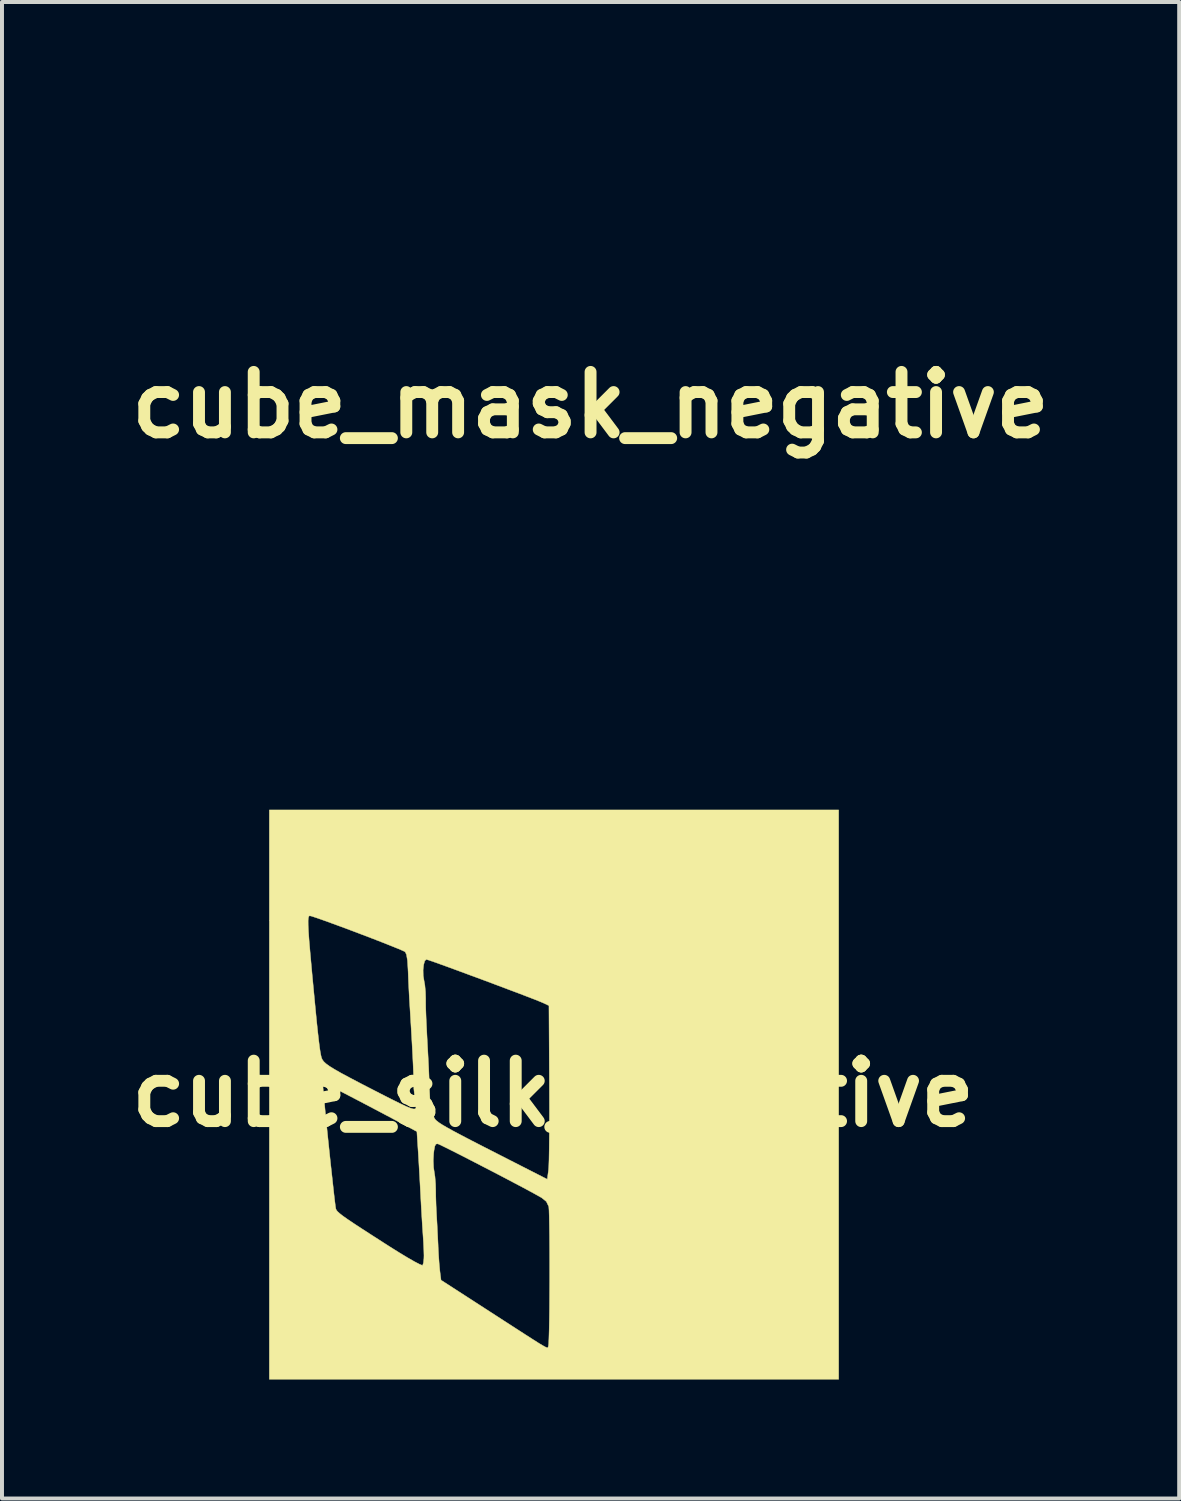
<source format=kicad_pcb>
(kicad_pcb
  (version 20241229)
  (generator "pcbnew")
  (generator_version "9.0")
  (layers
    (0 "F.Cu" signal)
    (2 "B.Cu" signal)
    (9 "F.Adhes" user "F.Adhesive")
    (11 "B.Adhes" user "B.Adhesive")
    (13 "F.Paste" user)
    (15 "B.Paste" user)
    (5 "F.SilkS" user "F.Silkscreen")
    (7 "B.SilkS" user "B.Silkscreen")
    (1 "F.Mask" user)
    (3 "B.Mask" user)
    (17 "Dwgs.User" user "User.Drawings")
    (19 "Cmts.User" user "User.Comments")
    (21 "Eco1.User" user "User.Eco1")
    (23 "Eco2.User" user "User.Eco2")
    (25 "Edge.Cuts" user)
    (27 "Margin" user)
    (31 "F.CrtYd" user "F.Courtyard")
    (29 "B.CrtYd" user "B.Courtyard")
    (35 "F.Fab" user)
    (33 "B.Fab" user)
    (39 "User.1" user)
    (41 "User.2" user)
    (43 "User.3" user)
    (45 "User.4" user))
  (footprint "cube_silk_negative"
    (layer "F.Cu")
    (at 10.893 24.52)
    (property "Reference" "cube_silk_negative" (at 0 0 0) (layer "F.SilkS") (effects (font (size 1.524 1.524) (thickness 0.3))))
    (attr through_hole)
    (fp_poly (pts (xy 7.197 7.197) (xy -7.154 7.197) (xy -7.154 -0.263) (xy -5.81 -0.263) (xy -5.781 0.07) (xy -5.762 0.27) (xy -5.738 0.517) (xy -5.71 0.799) (xy -5.679 1.103) (xy -5.646 1.417) (xy -5.613 1.73) (xy -5.58 2.029) (xy -5.55 2.303) (xy -5.524 2.539) (xy -5.502 2.725) (xy -5.486 2.85) (xy -5.478 2.898) (xy -5.465 2.929) (xy -5.436 2.967) (xy -5.384 3.014) (xy -5.304 3.077) (xy -5.187 3.16) (xy -5.028 3.267) (xy -4.819 3.404) (xy -4.554 3.575) (xy -4.227 3.785) (xy -4.108 3.861) (xy -3.878 4.005) (xy -3.671 4.13) (xy -3.499 4.229) (xy -3.372 4.295) (xy -3.301 4.324) (xy -3.291 4.324) (xy -3.27 4.263) (xy -3.258 4.15) (xy -3.256 4.08) (xy -3.26 3.937) (xy -3.269 3.746) (xy -3.282 3.546) (xy -3.284 3.514) (xy -3.299 3.294) (xy -3.314 3.039) (xy -3.328 2.796) (xy -3.33 2.752) (xy -3.364 2.115) (xy -3.389 1.679) (xy -3.022 1.679) (xy -3.014 1.856) (xy -3.001 1.943) (xy -2.979 2.088) (xy -2.964 2.272) (xy -2.96 2.408) (xy -2.958 2.588) (xy -2.951 2.81) (xy -2.94 3.03) (xy -2.938 3.069) (xy -2.925 3.3) (xy -2.912 3.565) (xy -2.9 3.813) (xy -2.899 3.852) (xy -2.888 4.06) (xy -2.874 4.265) (xy -2.859 4.432) (xy -2.854 4.476) (xy -2.826 4.697) (xy -1.596 5.492) (xy -1.236 5.725) (xy -0.94 5.916) (xy -0.703 6.069) (xy -0.517 6.188) (xy -0.377 6.277) (xy -0.276 6.338) (xy -0.207 6.377) (xy -0.164 6.397) (xy -0.14 6.401) (xy -0.13 6.394) (xy -0.126 6.379) (xy -0.121 6.36) (xy -0.119 6.354) (xy -0.113 6.298) (xy -0.107 6.167) (xy -0.101 5.97) (xy -0.096 5.717) (xy -0.092 5.418) (xy -0.09 5.082) (xy -0.088 4.718) (xy -0.088 4.63) (xy -0.088 4.259) (xy -0.089 3.909) (xy -0.091 3.593) (xy -0.095 3.318) (xy -0.099 3.097) (xy -0.104 2.937) (xy -0.11 2.851) (xy -0.111 2.843) (xy -0.172 2.716) (xy -0.291 2.62) (xy -0.396 2.561) (xy -0.556 2.473) (xy -0.76 2.363) (xy -0.999 2.237) (xy -1.261 2.099) (xy -1.535 1.956) (xy -1.812 1.813) (xy -2.079 1.675) (xy -2.326 1.548) (xy -2.544 1.438) (xy -2.72 1.35) (xy -2.844 1.289) (xy -2.906 1.262) (xy -2.909 1.261) (xy -2.953 1.268) (xy -2.982 1.318) (xy -3.003 1.428) (xy -3.012 1.503) (xy -3.022 1.679) (xy -3.389 1.679) (xy -3.397 1.542) (xy -3.412 1.312) (xy -3.435 0.953) (xy -3.802 0.756) (xy -4.236 0.526) (xy -4.624 0.321) (xy -4.96 0.145) (xy -5.24 -0.001) (xy -5.461 -0.113) (xy -5.617 -0.19) (xy -5.704 -0.229) (xy -5.712 -0.232) (xy -5.81 -0.263) (xy -7.154 -0.263) (xy -7.154 -4.364) (xy -6.176 -4.364) (xy -6.175 -4.247) (xy -6.167 -4.081) (xy -6.151 -3.856) (xy -6.126 -3.566) (xy -6.093 -3.203) (xy -6.075 -3.006) (xy -6.03 -2.532) (xy -5.992 -2.136) (xy -5.96 -1.809) (xy -5.932 -1.545) (xy -5.908 -1.336) (xy -5.888 -1.175) (xy -5.87 -1.055) (xy -5.854 -0.969) (xy -5.839 -0.908) (xy -5.818 -0.86) (xy -5.783 -0.812) (xy -5.725 -0.758) (xy -5.637 -0.694) (xy -5.512 -0.617) (xy -5.343 -0.52) (xy -5.122 -0.402) (xy -4.843 -0.255) (xy -4.497 -0.077) (xy -4.365 -0.009) (xy -4.084 0.134) (xy -3.87 0.24) (xy -3.712 0.315) (xy -3.601 0.361) (xy -3.529 0.382) (xy -3.486 0.383) (xy -3.464 0.366) (xy -3.462 0.363) (xy -3.447 0.26) (xy -3.47 0.152) (xy -3.495 0.032) (xy -3.512 -0.131) (xy -3.516 -0.259) (xy -3.518 -0.385) (xy -3.522 -0.542) (xy -3.53 -0.739) (xy -3.542 -0.983) (xy -3.558 -1.283) (xy -3.579 -1.647) (xy -3.605 -2.081) (xy -3.624 -2.392) (xy -3.635 -2.601) (xy -3.647 -2.848) (xy -3.656 -3.085) (xy -3.658 -3.12) (xy -3.278 -3.12) (xy -3.275 -2.978) (xy -3.256 -2.862) (xy -3.234 -2.739) (xy -3.218 -2.569) (xy -3.213 -2.401) (xy -3.213 -2.294) (xy -3.212 -2.185) (xy -3.208 -2.061) (xy -3.202 -1.909) (xy -3.193 -1.719) (xy -3.181 -1.478) (xy -3.165 -1.174) (xy -3.149 -0.878) (xy -3.137 -0.64) (xy -3.126 -0.374) (xy -3.118 -0.133) (xy -3.118 -0.106) (xy -3.104 0.178) (xy -3.077 0.389) (xy -3.036 0.539) (xy -2.977 0.641) (xy -2.972 0.647) (xy -2.934 0.684) (xy -2.878 0.727) (xy -2.797 0.78) (xy -2.682 0.847) (xy -2.529 0.932) (xy -2.328 1.039) (xy -2.075 1.171) (xy -1.76 1.333) (xy -1.378 1.528) (xy -1.306 1.565) (xy -0.148 2.155) (xy -0.116 1.914) (xy -0.11 1.822) (xy -0.104 1.655) (xy -0.1 1.423) (xy -0.097 1.136) (xy -0.094 0.803) (xy -0.093 0.435) (xy -0.094 0.04) (xy -0.095 -0.275) (xy -0.106 -2.221) (xy -0.233 -2.282) (xy -0.31 -2.315) (xy -0.451 -2.372) (xy -0.646 -2.447) (xy -0.883 -2.538) (xy -1.152 -2.639) (xy -1.441 -2.748) (xy -1.74 -2.86) (xy -2.038 -2.97) (xy -2.324 -3.076) (xy -2.587 -3.173) (xy -2.816 -3.256) (xy -3.001 -3.322) (xy -3.131 -3.367) (xy -3.194 -3.386) (xy -3.197 -3.387) (xy -3.237 -3.349) (xy -3.264 -3.251) (xy -3.278 -3.12) (xy -3.658 -3.12) (xy -3.658 -3.125) (xy -3.672 -3.356) (xy -3.697 -3.507) (xy -3.73 -3.577) (xy -3.781 -3.603) (xy -3.899 -3.654) (xy -4.073 -3.724) (xy -4.289 -3.81) (xy -4.536 -3.906) (xy -4.801 -4.007) (xy -5.072 -4.11) (xy -5.337 -4.209) (xy -5.583 -4.299) (xy -5.799 -4.377) (xy -5.971 -4.437) (xy -6.088 -4.476) (xy -6.136 -4.487) (xy -6.156 -4.476) (xy -6.17 -4.437) (xy -6.176 -4.364) (xy -7.154 -4.364) (xy -7.154 -7.154) (xy 7.197 -7.154) (xy 7.197 7.197)) (stroke (width 0.01) (type solid)) (fill yes) (layer "F.SilkS")))
  (footprint "cube_mask_negative"
    (layer "F.Cu")
    (at 11.836 7.159)
    (property "Reference" "cube_mask_negative" (at 0 0 0) (layer "F.SilkS") (effects (font (size 1.524 1.524) (thickness 0.3))))
    (attr through_hole)
    (fp_poly (pts (xy 7.197 7.197) (xy -7.154 7.197) (xy -7.154 -4.63) (xy -6.301 -4.63) (xy -6.301 -4.475) (xy -6.283 -4.257) (xy -6.272 -4.153) (xy -6.255 -3.996) (xy -6.233 -3.77) (xy -6.205 -3.489) (xy -6.174 -3.169) (xy -6.141 -2.825) (xy -6.107 -2.47) (xy -6.097 -2.359) (xy -6.064 -2.022) (xy -6.032 -1.704) (xy -6.002 -1.417) (xy -5.975 -1.174) (xy -5.952 -0.986) (xy -5.935 -0.865) (xy -5.93 -0.835) (xy -5.911 -0.721) (xy -5.893 -0.546) (xy -5.877 -0.338) (xy -5.867 -0.148) (xy -5.857 0.025) (xy -5.84 0.266) (xy -5.816 0.559) (xy -5.788 0.889) (xy -5.757 1.239) (xy -5.725 1.593) (xy -5.692 1.935) (xy -5.661 2.249) (xy -5.632 2.52) (xy -5.607 2.731) (xy -5.602 2.772) (xy -5.587 2.863) (xy -5.563 2.94) (xy -5.519 3.013) (xy -5.448 3.089) (xy -5.34 3.177) (xy -5.186 3.285) (xy -4.978 3.422) (xy -4.741 3.573) (xy -4.495 3.731) (xy -4.233 3.901) (xy -3.98 4.065) (xy -3.763 4.209) (xy -3.689 4.257) (xy -3.497 4.385) (xy -3.309 4.509) (xy -3.146 4.613) (xy -3.043 4.678) (xy -2.926 4.751) (xy -2.756 4.859) (xy -2.545 4.995) (xy -2.3 5.154) (xy -2.031 5.328) (xy -1.747 5.513) (xy -1.456 5.703) (xy -1.169 5.892) (xy -0.894 6.072) (xy -0.64 6.24) (xy -0.416 6.389) (xy -0.232 6.512) (xy -0.095 6.604) (xy -0.017 6.659) (xy -0.002 6.671) (xy 0.066 6.717) (xy 0.145 6.723) (xy 0.256 6.685) (xy 0.399 6.609) (xy 0.487 6.557) (xy 0.636 6.464) (xy 0.834 6.339) (xy 1.073 6.188) (xy 1.34 6.017) (xy 1.626 5.833) (xy 1.778 5.735) (xy 2.11 5.521) (xy 2.492 5.273) (xy 2.906 5.006) (xy 3.332 4.731) (xy 3.749 4.462) (xy 4.137 4.211) (xy 4.286 4.115) (xy 4.596 3.914) (xy 4.888 3.723) (xy 5.154 3.547) (xy 5.386 3.393) (xy 5.573 3.265) (xy 5.707 3.172) (xy 5.779 3.117) (xy 5.781 3.116) (xy 5.867 3.031) (xy 5.919 2.943) (xy 5.951 2.822) (xy 5.969 2.709) (xy 5.983 2.592) (xy 6.002 2.404) (xy 6.025 2.158) (xy 6.052 1.868) (xy 6.081 1.548) (xy 6.11 1.21) (xy 6.14 0.868) (xy 6.168 0.537) (xy 6.193 0.228) (xy 6.214 -0.044) (xy 6.23 -0.265) (xy 6.239 -0.402) (xy 6.256 -0.617) (xy 6.28 -0.849) (xy 6.305 -1.037) (xy 6.319 -1.146) (xy 6.341 -1.328) (xy 6.368 -1.571) (xy 6.4 -1.865) (xy 6.436 -2.198) (xy 6.474 -2.559) (xy 6.512 -2.936) (xy 6.517 -2.985) (xy 6.562 -3.42) (xy 6.597 -3.78) (xy 6.624 -4.07) (xy 6.64 -4.3) (xy 6.646 -4.477) (xy 6.641 -4.609) (xy 6.623 -4.704) (xy 6.592 -4.769) (xy 6.548 -4.813) (xy 6.49 -4.843) (xy 6.416 -4.867) (xy 6.34 -4.889) (xy 6.184 -4.932) (xy 5.961 -4.992) (xy 5.686 -5.063) (xy 5.373 -5.142) (xy 5.037 -5.226) (xy 4.693 -5.311) (xy 4.356 -5.393) (xy 4.041 -5.468) (xy 3.763 -5.533) (xy 3.537 -5.585) (xy 3.429 -5.608) (xy 3.196 -5.659) (xy 2.963 -5.712) (xy 2.76 -5.762) (xy 2.625 -5.799) (xy 2.508 -5.831) (xy 2.324 -5.88) (xy 2.087 -5.943) (xy 1.811 -6.015) (xy 1.511 -6.092) (xy 1.255 -6.157) (xy 0.161 -6.435) (xy -1.263 -6.072) (xy -1.632 -5.979) (xy -2.004 -5.886) (xy -2.365 -5.796) (xy -2.698 -5.714) (xy -2.988 -5.643) (xy -3.22 -5.587) (xy -3.311 -5.566) (xy -3.571 -5.505) (xy -3.873 -5.433) (xy -4.201 -5.354) (xy -4.542 -5.27) (xy -4.881 -5.186) (xy -5.203 -5.105) (xy -5.496 -5.031) (xy -5.744 -4.966) (xy -5.934 -4.916) (xy -6.022 -4.891) (xy -6.143 -4.851) (xy -6.227 -4.803) (xy -6.278 -4.734) (xy -6.301 -4.63) (xy -7.154 -4.63) (xy -7.154 -7.154) (xy 7.197 -7.154) (xy 7.197 7.197)) (stroke (width 0.01) (type solid)) (fill yes) (layer "F.Mask")))
  (gr_rect
    (start -3 -3)
    (end 26.673 34.722)
    (stroke (width 0.1) (type default))
    (fill no)
    (layer "Edge.Cuts")))
</source>
